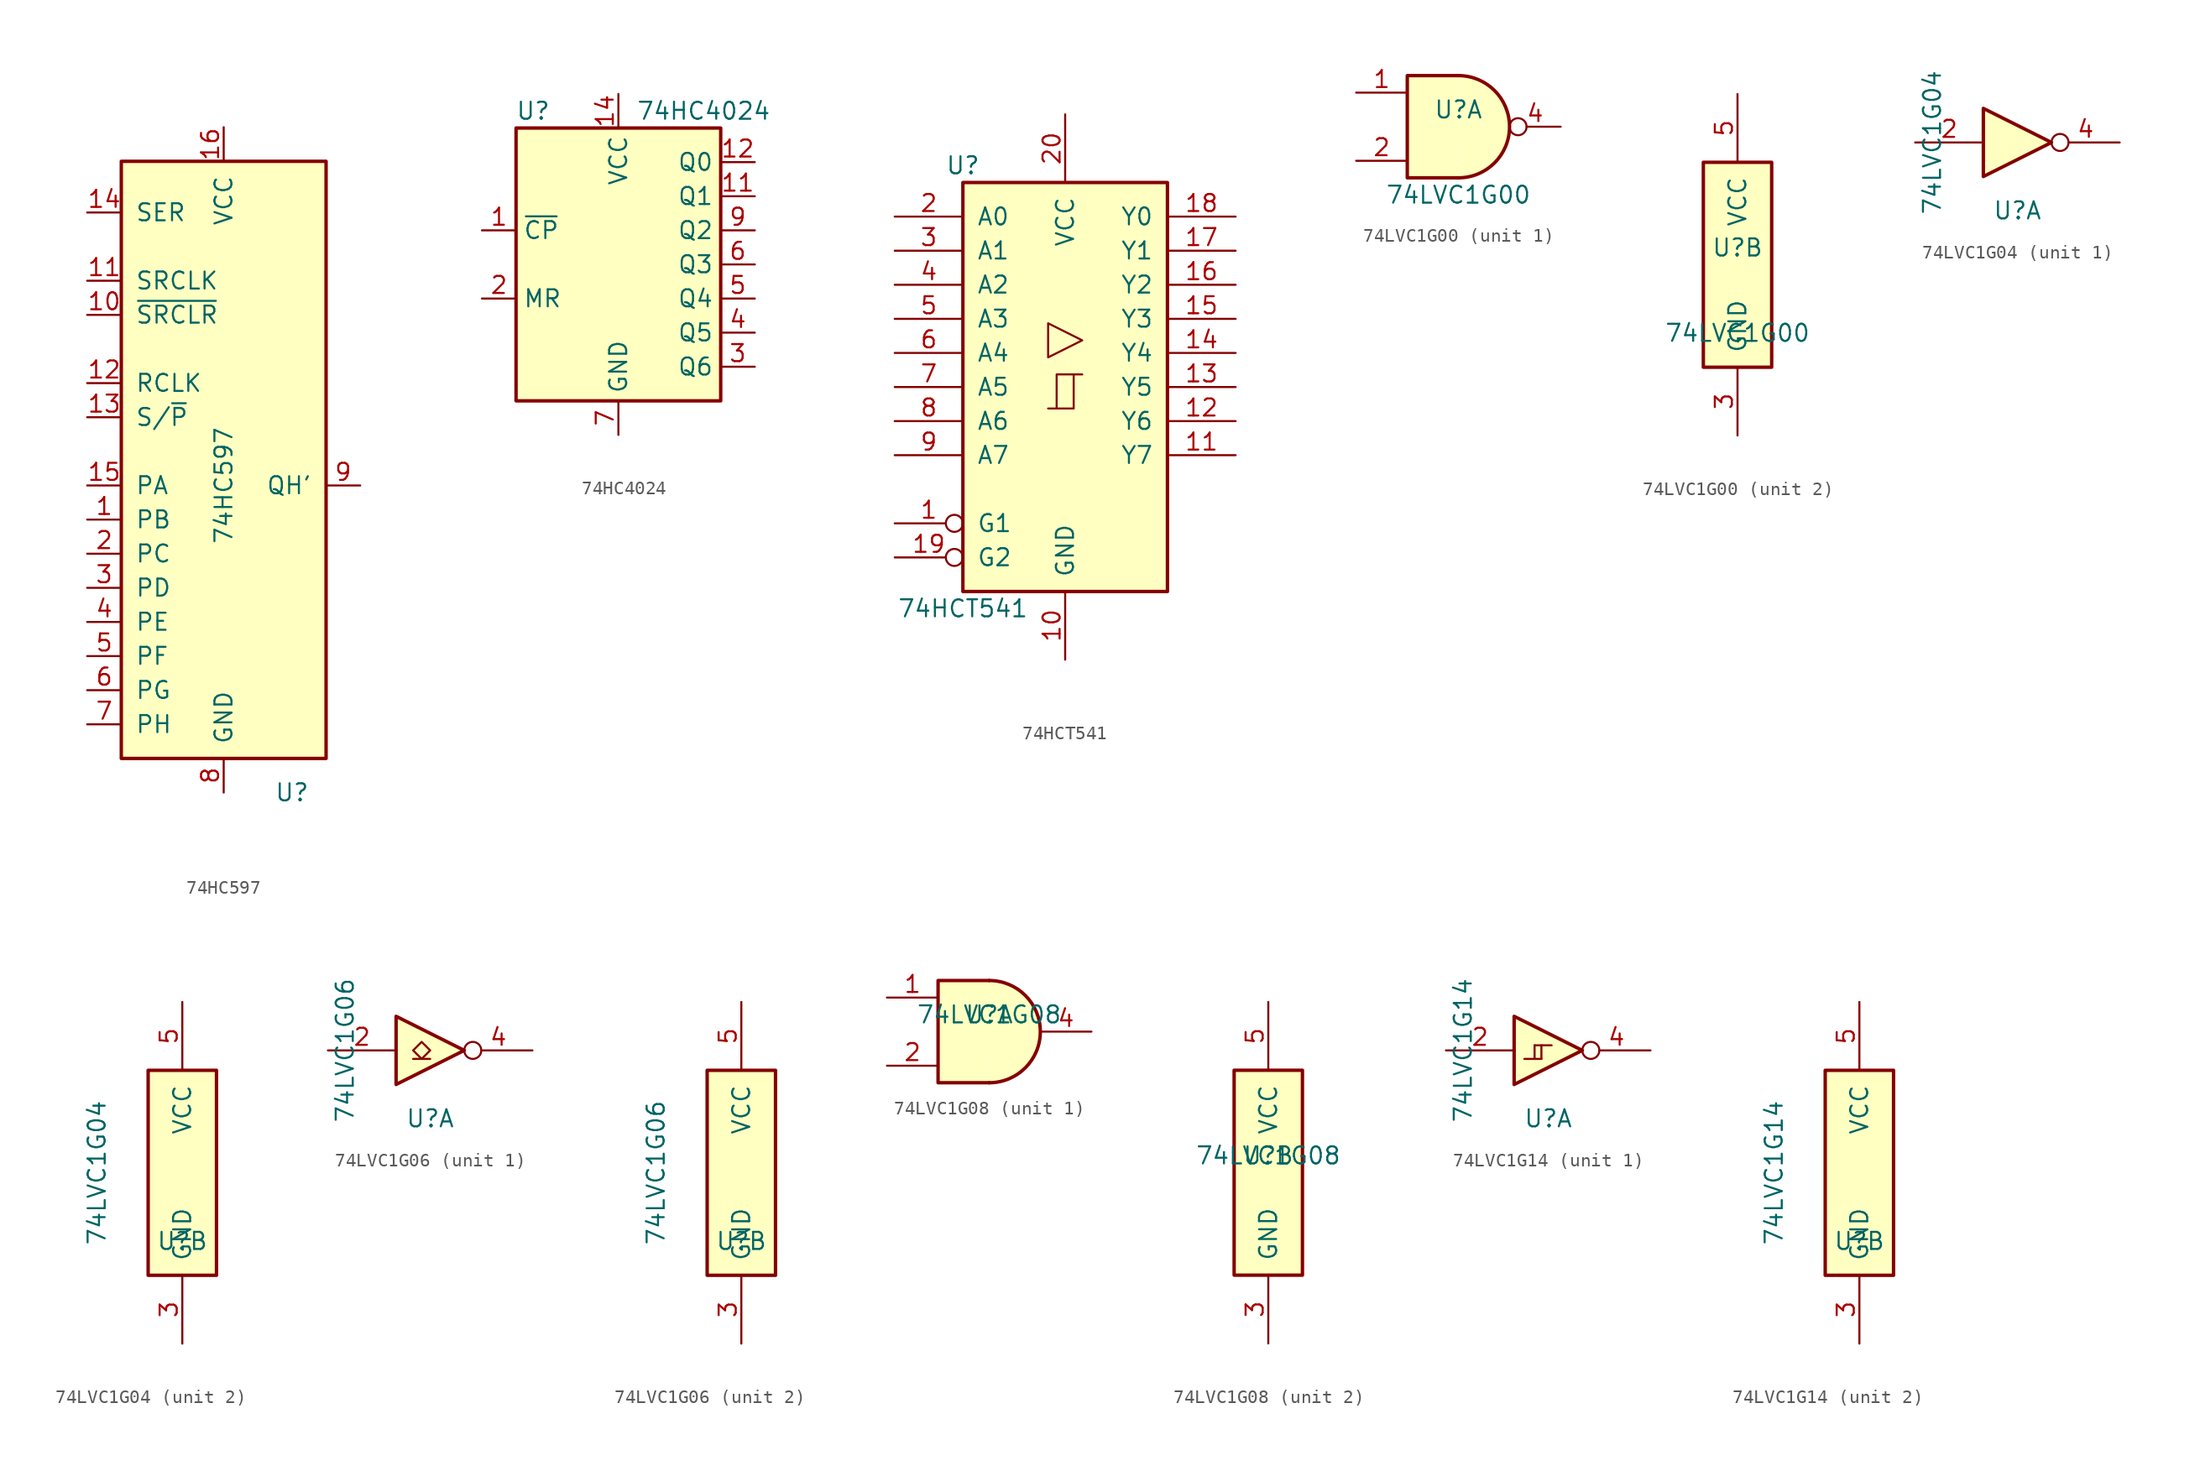
<source format=kicad_sym>
(kicad_symbol_lib
  (version 20211014)
  (generator kicad_symbol_editor)
  (symbol "74HC597"
    (pin_names
      (offset 1.016))
    (property "Reference" "U"
      (at 5.08 -22.86 0)
      (effects (font (size 1.27 1.27))))
    (property "Value" "74HC597"
      (at 0 0 90)
      (effects (font (size 1.27 1.27))))
    (symbol "74HC597_0_1"
      (rectangle (start -7.62 24.13) (end 7.62 -20.32) (stroke (width 0.254) (type default) (color 0 0 0 0)) (fill (type background))))
    (symbol "74HC597_1_1"
      (pin input line (at -10.16 -2.54 0) (length 2.54) (name "PB" (effects (font (size 1.27 1.27)))) (number "1" (effects (font (size 1.27 1.27)))))
      (pin input line (at -10.16 12.7 0) (length 2.54) (name "~{SRCLR}" (effects (font (size 1.27 1.27)))) (number "10" (effects (font (size 1.27 1.27)))))
      (pin input line (at -10.16 15.24 0) (length 2.54) (name "SRCLK" (effects (font (size 1.27 1.27)))) (number "11" (effects (font (size 1.27 1.27)))))
      (pin input line (at -10.16 7.62 0) (length 2.54) (name "RCLK" (effects (font (size 1.27 1.27)))) (number "12" (effects (font (size 1.27 1.27)))))
      (pin input line (at -10.16 5.08 0) (length 2.54) (name "S/~{P}" (effects (font (size 1.27 1.27)))) (number "13" (effects (font (size 1.27 1.27)))))
      (pin input line (at -10.16 20.32 0) (length 2.54) (name "SER" (effects (font (size 1.27 1.27)))) (number "14" (effects (font (size 1.27 1.27)))))
      (pin input line (at -10.16 0 0) (length 2.54) (name "PA" (effects (font (size 1.27 1.27)))) (number "15" (effects (font (size 1.27 1.27)))))
      (pin power_in line (at 0 26.67 270) (length 2.54) (name "VCC" (effects (font (size 1.27 1.27)))) (number "16" (effects (font (size 1.27 1.27)))))
      (pin input line (at -10.16 -5.08 0) (length 2.54) (name "PC" (effects (font (size 1.27 1.27)))) (number "2" (effects (font (size 1.27 1.27)))))
      (pin input line (at -10.16 -7.62 0) (length 2.54) (name "PD" (effects (font (size 1.27 1.27)))) (number "3" (effects (font (size 1.27 1.27)))))
      (pin input line (at -10.16 -10.16 0) (length 2.54) (name "PE" (effects (font (size 1.27 1.27)))) (number "4" (effects (font (size 1.27 1.27)))))
      (pin input line (at -10.16 -12.7 0) (length 2.54) (name "PF" (effects (font (size 1.27 1.27)))) (number "5" (effects (font (size 1.27 1.27)))))
      (pin input line (at -10.16 -15.24 0) (length 2.54) (name "PG" (effects (font (size 1.27 1.27)))) (number "6" (effects (font (size 1.27 1.27)))))
      (pin input line (at -10.16 -17.78 0) (length 2.54) (name "PH" (effects (font (size 1.27 1.27)))) (number "7" (effects (font (size 1.27 1.27)))))
      (pin power_in line (at 0 -22.86 90) (length 2.54) (name "GND" (effects (font (size 1.27 1.27)))) (number "8" (effects (font (size 1.27 1.27)))))
      (pin output line (at 10.16 0 180) (length 2.54) (name "QH'" (effects (font (size 1.27 1.27)))) (number "9" (effects (font (size 1.27 1.27)))))))
  (symbol "74HC4024"
    (property "Reference" "U"
      (at -6.35 11.43 0)
      (effects (font (size 1.27 1.27))))
    (property "Value" "74HC4024"
      (at 6.35 11.43 0)
      (effects (font (size 1.27 1.27))))
    (symbol "74HC4024_0_1"
      (rectangle (start -7.62 10.16) (end 7.62 -10.16) (stroke (width 0.254) (type default) (color 0 0 0 0)) (fill (type background))))
    (symbol "74HC4024_1_0"
      (pin input line (at -10.16 2.54 0) (length 2.54) (name "~{CP}" (effects (font (size 1.27 1.27)))) (number "1" (effects (font (size 1.27 1.27)))))
      (pin no_connect line (at -7.62 5.08 0) (length 2.54) hide (name "~" (effects (font (size 1.27 1.27)))) (number "10" (effects (font (size 1.27 1.27)))))
      (pin output line (at 10.16 5.08 180) (length 2.54) (name "Q1" (effects (font (size 1.27 1.27)))) (number "11" (effects (font (size 1.27 1.27)))))
      (pin output line (at 10.16 7.62 180) (length 2.54) (name "Q0" (effects (font (size 1.27 1.27)))) (number "12" (effects (font (size 1.27 1.27)))))
      (pin no_connect line (at -7.62 -5.08 0) (length 2.54) hide (name "~" (effects (font (size 1.27 1.27)))) (number "13" (effects (font (size 1.27 1.27)))))
      (pin power_in line (at 0 12.7 270) (length 2.54) (name "VCC" (effects (font (size 1.27 1.27)))) (number "14" (effects (font (size 1.27 1.27)))))
      (pin input line (at -10.16 -2.54 0) (length 2.54) (name "MR" (effects (font (size 1.27 1.27)))) (number "2" (effects (font (size 1.27 1.27)))))
      (pin output line (at 10.16 -7.62 180) (length 2.54) (name "Q6" (effects (font (size 1.27 1.27)))) (number "3" (effects (font (size 1.27 1.27)))))
      (pin output line (at 10.16 -5.08 180) (length 2.54) (name "Q5" (effects (font (size 1.27 1.27)))) (number "4" (effects (font (size 1.27 1.27)))))
      (pin output line (at 10.16 -2.54 180) (length 2.54) (name "Q4" (effects (font (size 1.27 1.27)))) (number "5" (effects (font (size 1.27 1.27)))))
      (pin output line (at 10.16 0 180) (length 2.54) (name "Q3" (effects (font (size 1.27 1.27)))) (number "6" (effects (font (size 1.27 1.27)))))
      (pin power_in line (at 0 -12.7 90) (length 2.54) (name "GND" (effects (font (size 1.27 1.27)))) (number "7" (effects (font (size 1.27 1.27)))))
      (pin no_connect line (at -7.62 7.62 0) (length 2.54) hide (name "~" (effects (font (size 1.27 1.27)))) (number "8" (effects (font (size 1.27 1.27)))))
      (pin output line (at 10.16 2.54 180) (length 2.54) (name "Q2" (effects (font (size 1.27 1.27)))) (number "9" (effects (font (size 1.27 1.27)))))))
  (symbol "74HCT541"
    (pin_names
      (offset 1.016))
    (property "Reference" "U"
      (at -7.62 16.51 0)
      (effects (font (size 1.27 1.27))))
    (property "Value" "74HCT541"
      (at -7.62 -16.51 0)
      (effects (font (size 1.27 1.27))))
    (property "ki_locked" ""
      (at 0 0 0)
      (effects (font (size 1.27 1.27))))
    (symbol "74HCT541_1_0"
      (polyline (pts (xy -0.635 -1.6) (xy -0.635 0.94) (xy 0.635 0.94)) (stroke (width 0) (type default) (color 0 0 0 0)) (fill (type none)))
      (polyline (pts (xy -1.27 -1.6) (xy 0.635 -1.6) (xy 0.635 0.94) (xy 1.27 0.94)) (stroke (width 0) (type default) (color 0 0 0 0)) (fill (type none)))
      (polyline (pts (xy 1.27 3.48) (xy -1.27 4.75) (xy -1.27 2.21) (xy 1.27 3.48)) (stroke (width 0.152) (type default) (color 0 0 0 0)) (fill (type none)))
      (pin input inverted (at -12.7 -10.16 0) (length 5.08) (name "G1" (effects (font (size 1.27 1.27)))) (number "1" (effects (font (size 1.27 1.27)))))
      (pin power_in line (at 0 -20.32 90) (length 5.08) (name "GND" (effects (font (size 1.27 1.27)))) (number "10" (effects (font (size 1.27 1.27)))))
      (pin tri_state line (at 12.7 -5.08 180) (length 5.08) (name "Y7" (effects (font (size 1.27 1.27)))) (number "11" (effects (font (size 1.27 1.27)))))
      (pin tri_state line (at 12.7 -2.54 180) (length 5.08) (name "Y6" (effects (font (size 1.27 1.27)))) (number "12" (effects (font (size 1.27 1.27)))))
      (pin tri_state line (at 12.7 0 180) (length 5.08) (name "Y5" (effects (font (size 1.27 1.27)))) (number "13" (effects (font (size 1.27 1.27)))))
      (pin tri_state line (at 12.7 2.54 180) (length 5.08) (name "Y4" (effects (font (size 1.27 1.27)))) (number "14" (effects (font (size 1.27 1.27)))))
      (pin tri_state line (at 12.7 5.08 180) (length 5.08) (name "Y3" (effects (font (size 1.27 1.27)))) (number "15" (effects (font (size 1.27 1.27)))))
      (pin tri_state line (at 12.7 7.62 180) (length 5.08) (name "Y2" (effects (font (size 1.27 1.27)))) (number "16" (effects (font (size 1.27 1.27)))))
      (pin tri_state line (at 12.7 10.16 180) (length 5.08) (name "Y1" (effects (font (size 1.27 1.27)))) (number "17" (effects (font (size 1.27 1.27)))))
      (pin tri_state line (at 12.7 12.7 180) (length 5.08) (name "Y0" (effects (font (size 1.27 1.27)))) (number "18" (effects (font (size 1.27 1.27)))))
      (pin input inverted (at -12.7 -12.7 0) (length 5.08) (name "G2" (effects (font (size 1.27 1.27)))) (number "19" (effects (font (size 1.27 1.27)))))
      (pin input line (at -12.7 12.7 0) (length 5.08) (name "A0" (effects (font (size 1.27 1.27)))) (number "2" (effects (font (size 1.27 1.27)))))
      (pin power_in line (at 0 20.32 270) (length 5.08) (name "VCC" (effects (font (size 1.27 1.27)))) (number "20" (effects (font (size 1.27 1.27)))))
      (pin input line (at -12.7 10.16 0) (length 5.08) (name "A1" (effects (font (size 1.27 1.27)))) (number "3" (effects (font (size 1.27 1.27)))))
      (pin input line (at -12.7 7.62 0) (length 5.08) (name "A2" (effects (font (size 1.27 1.27)))) (number "4" (effects (font (size 1.27 1.27)))))
      (pin input line (at -12.7 5.08 0) (length 5.08) (name "A3" (effects (font (size 1.27 1.27)))) (number "5" (effects (font (size 1.27 1.27)))))
      (pin input line (at -12.7 2.54 0) (length 5.08) (name "A4" (effects (font (size 1.27 1.27)))) (number "6" (effects (font (size 1.27 1.27)))))
      (pin input line (at -12.7 0 0) (length 5.08) (name "A5" (effects (font (size 1.27 1.27)))) (number "7" (effects (font (size 1.27 1.27)))))
      (pin input line (at -12.7 -2.54 0) (length 5.08) (name "A6" (effects (font (size 1.27 1.27)))) (number "8" (effects (font (size 1.27 1.27)))))
      (pin input line (at -12.7 -5.08 0) (length 5.08) (name "A7" (effects (font (size 1.27 1.27)))) (number "9" (effects (font (size 1.27 1.27))))))
    (symbol "74HCT541_1_1"
      (rectangle (start -7.62 15.24) (end 7.62 -15.24) (stroke (width 0.254) (type default) (color 0 0 0 0)) (fill (type background)))))
  (symbol "74LVC1G00"
    (pin_names
      (offset 1.016))
    (property "Reference" "U"
      (at 0 1.27 0)
      (effects (font (size 1.27 1.27))))
    (property "Value" "74LVC1G00"
      (at 0 -5.08 0)
      (effects (font (size 1.27 1.27))))
    (property "ki_locked" ""
      (at 0 0 0)
      (effects (font (size 1.27 1.27))))
    (symbol "74LVC1G00_1_1"
      (arc (start 0 -3.81) (mid 3.81 0) (end 0 3.81) (stroke (width 0.254) (type default) (color 0 0 0 0)) (fill (type background)))
      (polyline (pts (xy 0 3.81) (xy -3.81 3.81) (xy -3.81 -3.81) (xy 0 -3.81)) (stroke (width 0.254) (type default) (color 0 0 0 0)) (fill (type background)))
      (pin input line (at -7.62 2.54 0) (length 3.81) (name "~" (effects (font (size 1.27 1.27)))) (number "1" (effects (font (size 1.27 1.27)))))
      (pin input line (at -7.62 -2.54 0) (length 3.81) (name "~" (effects (font (size 1.27 1.27)))) (number "2" (effects (font (size 1.27 1.27)))))
      (pin output inverted (at 7.62 0 180) (length 3.81) (name "~" (effects (font (size 1.27 1.27)))) (number "4" (effects (font (size 1.27 1.27))))))
    (symbol "74LVC1G00_2_0"
      (rectangle (start -2.54 7.62) (end 2.54 -7.62) (stroke (width 0.254) (type default) (color 0 0 0 0)) (fill (type background)))
      (pin power_in line (at 0 -12.7 90) (length 5.08) (name "GND" (effects (font (size 1.27 1.27)))) (number "3" (effects (font (size 1.27 1.27)))))
      (pin power_in line (at 0 12.7 270) (length 5.08) (name "VCC" (effects (font (size 1.27 1.27)))) (number "5" (effects (font (size 1.27 1.27)))))))
  (symbol "74LVC1G04"
    (pin_names
      (offset 1.016))
    (property "Reference" "U"
      (at 0 -5.08 0)
      (effects (font (size 1.27 1.27))))
    (property "Value" "74LVC1G04"
      (at -6.35 0 90)
      (effects (font (size 1.27 1.27))))
    (property "ki_locked" ""
      (at 0 0 0)
      (effects (font (size 1.27 1.27))))
    (symbol "74LVC1G04_1_0"
      (polyline (pts (xy -2.54 2.54) (xy -2.54 -2.54) (xy 2.54 0) (xy -2.54 2.54)) (stroke (width 0.254) (type default) (color 0 0 0 0)) (fill (type background)))
      (pin input line (at -7.62 0 0) (length 5.08) (name "~" (effects (font (size 1.27 1.27)))) (number "2" (effects (font (size 1.27 1.27)))))
      (pin output inverted (at 7.62 0 180) (length 5.08) (name "~" (effects (font (size 1.27 1.27)))) (number "4" (effects (font (size 1.27 1.27))))))
    (symbol "74LVC1G04_2_0"
      (pin no_connect line (at 1.27 -12.7 90) (length 5.08) hide (name "~" (effects (font (size 1.27 1.27)))) (number "1" (effects (font (size 1.27 1.27)))))
      (pin power_in line (at 0 -12.7 90) (length 5.08) (name "GND" (effects (font (size 1.27 1.27)))) (number "3" (effects (font (size 1.27 1.27)))))
      (pin power_in line (at 0 12.7 270) (length 5.08) (name "VCC" (effects (font (size 1.27 1.27)))) (number "5" (effects (font (size 1.27 1.27))))))
    (symbol "74LVC1G04_2_1"
      (rectangle (start -2.54 7.62) (end 2.54 -7.62) (stroke (width 0.254) (type default) (color 0 0 0 0)) (fill (type background)))))
  (symbol "74LVC1G06"
    (pin_names
      (offset 1.016))
    (property "Reference" "U"
      (at 0 -5.08 0)
      (effects (font (size 1.27 1.27))))
    (property "Value" "74LVC1G06"
      (at -6.35 0 90)
      (effects (font (size 1.27 1.27))))
    (property "ki_locked" ""
      (at 0 0 0)
      (effects (font (size 1.27 1.27))))
    (symbol "74LVC1G06_1_0"
      (polyline (pts (xy -2.54 2.54) (xy -2.54 -2.54) (xy 2.54 0) (xy -2.54 2.54)) (stroke (width 0.254) (type default) (color 0 0 0 0)) (fill (type background)))
      (pin input line (at -7.62 0 0) (length 5.08) (name "~" (effects (font (size 1.27 1.27)))) (number "2" (effects (font (size 1.27 1.27)))))
      (pin output inverted (at 7.62 0 180) (length 5.08) (name "~" (effects (font (size 1.27 1.27)))) (number "4" (effects (font (size 1.27 1.27))))))
    (symbol "74LVC1G06_1_1"
      (polyline (pts (xy -1.27 -0.635) (xy 0 -0.635)) (stroke (width 0) (type default) (color 0 0 0 0)) (fill (type none)))
      (polyline (pts (xy -0.635 0.635) (xy -1.27 0) (xy -0.635 -0.635) (xy 0 0) (xy -0.635 0.635)) (stroke (width 0) (type default) (color 0 0 0 0)) (fill (type none))))
    (symbol "74LVC1G06_2_0"
      (pin no_connect line (at 1.27 -12.7 90) (length 5.08) hide (name "~" (effects (font (size 1.27 1.27)))) (number "1" (effects (font (size 1.27 1.27)))))
      (pin power_in line (at 0 -12.7 90) (length 5.08) (name "GND" (effects (font (size 1.27 1.27)))) (number "3" (effects (font (size 1.27 1.27)))))
      (pin power_in line (at 0 12.7 270) (length 5.08) (name "VCC" (effects (font (size 1.27 1.27)))) (number "5" (effects (font (size 1.27 1.27))))))
    (symbol "74LVC1G06_2_1"
      (rectangle (start -2.54 7.62) (end 2.54 -7.62) (stroke (width 0.254) (type default) (color 0 0 0 0)) (fill (type background)))))
  (symbol "74LVC1G08"
    (pin_names
      (offset 1.016))
    (property "Reference" "U"
      (at 0 1.27 0)
      (effects (font (size 1.27 1.27))))
    (property "Value" "74LVC1G08"
      (at 0 1.27 0)
      (effects (font (size 1.27 1.27))))
    (property "ki_locked" ""
      (at 0 0 0)
      (effects (font (size 1.27 1.27))))
    (symbol "74LVC1G08_1_1"
      (arc (start 0 -3.81) (mid 3.81 0) (end 0 3.81) (stroke (width 0.254) (type default) (color 0 0 0 0)) (fill (type background)))
      (polyline (pts (xy 0 3.81) (xy -3.81 3.81) (xy -3.81 -3.81) (xy 0 -3.81)) (stroke (width 0.254) (type default) (color 0 0 0 0)) (fill (type background)))
      (pin input line (at -7.62 2.54 0) (length 3.81) (name "~" (effects (font (size 1.27 1.27)))) (number "1" (effects (font (size 1.27 1.27)))))
      (pin input line (at -7.62 -2.54 0) (length 3.81) (name "~" (effects (font (size 1.27 1.27)))) (number "2" (effects (font (size 1.27 1.27)))))
      (pin output line (at 7.62 0 180) (length 3.81) (name "~" (effects (font (size 1.27 1.27)))) (number "4" (effects (font (size 1.27 1.27))))))
    (symbol "74LVC1G08_2_0"
      (rectangle (start -2.54 7.62) (end 2.54 -7.62) (stroke (width 0.254) (type default) (color 0 0 0 0)) (fill (type background)))
      (pin power_in line (at 0 -12.7 90) (length 5.08) (name "GND" (effects (font (size 1.27 1.27)))) (number "3" (effects (font (size 1.27 1.27)))))
      (pin power_in line (at 0 12.7 270) (length 5.08) (name "VCC" (effects (font (size 1.27 1.27)))) (number "5" (effects (font (size 1.27 1.27)))))))
  (symbol "74LVC1G14"
    (pin_names
      (offset 1.016))
    (property "Reference" "U"
      (at 0 -5.08 0)
      (effects (font (size 1.27 1.27))))
    (property "Value" "74LVC1G14"
      (at -6.35 0 90)
      (effects (font (size 1.27 1.27))))
    (property "ki_locked" ""
      (at 0 0 0)
      (effects (font (size 1.27 1.27))))
    (symbol "74LVC1G14_1_0"
      (polyline (pts (xy -2.54 2.54) (xy -2.54 -2.54) (xy 2.54 0) (xy -2.54 2.54)) (stroke (width 0.254) (type default) (color 0 0 0 0)) (fill (type background)))
      (pin input line (at -7.62 0 0) (length 5.08) (name "~" (effects (font (size 1.27 1.27)))) (number "2" (effects (font (size 1.27 1.27)))))
      (pin output inverted (at 7.62 0 180) (length 5.08) (name "~" (effects (font (size 1.27 1.27)))) (number "4" (effects (font (size 1.27 1.27))))))
    (symbol "74LVC1G14_1_1"
      (polyline (pts (xy -1.778 -0.635) (xy -0.508 -0.635)) (stroke (width 0) (type default) (color 0 0 0 0)) (fill (type none)))
      (polyline (pts (xy -1.016 -0.635) (xy -1.016 0.381)) (stroke (width 0) (type default) (color 0 0 0 0)) (fill (type none)))
      (polyline (pts (xy -1.016 0.381) (xy 0.254 0.381)) (stroke (width 0) (type default) (color 0 0 0 0)) (fill (type none)))
      (polyline (pts (xy -0.508 -0.635) (xy -0.508 0.381)) (stroke (width 0) (type default) (color 0 0 0 0)) (fill (type none))))
    (symbol "74LVC1G14_2_0"
      (pin no_connect line (at 1.27 -12.7 90) (length 5.08) hide (name "~" (effects (font (size 1.27 1.27)))) (number "1" (effects (font (size 1.27 1.27)))))
      (pin power_in line (at 0 -12.7 90) (length 5.08) (name "GND" (effects (font (size 1.27 1.27)))) (number "3" (effects (font (size 1.27 1.27)))))
      (pin power_in line (at 0 12.7 270) (length 5.08) (name "VCC" (effects (font (size 1.27 1.27)))) (number "5" (effects (font (size 1.27 1.27))))))
    (symbol "74LVC1G14_2_1"
      (rectangle (start -2.54 7.62) (end 2.54 -7.62) (stroke (width 0.254) (type default) (color 0 0 0 0)) (fill (type background))))))
</source>
